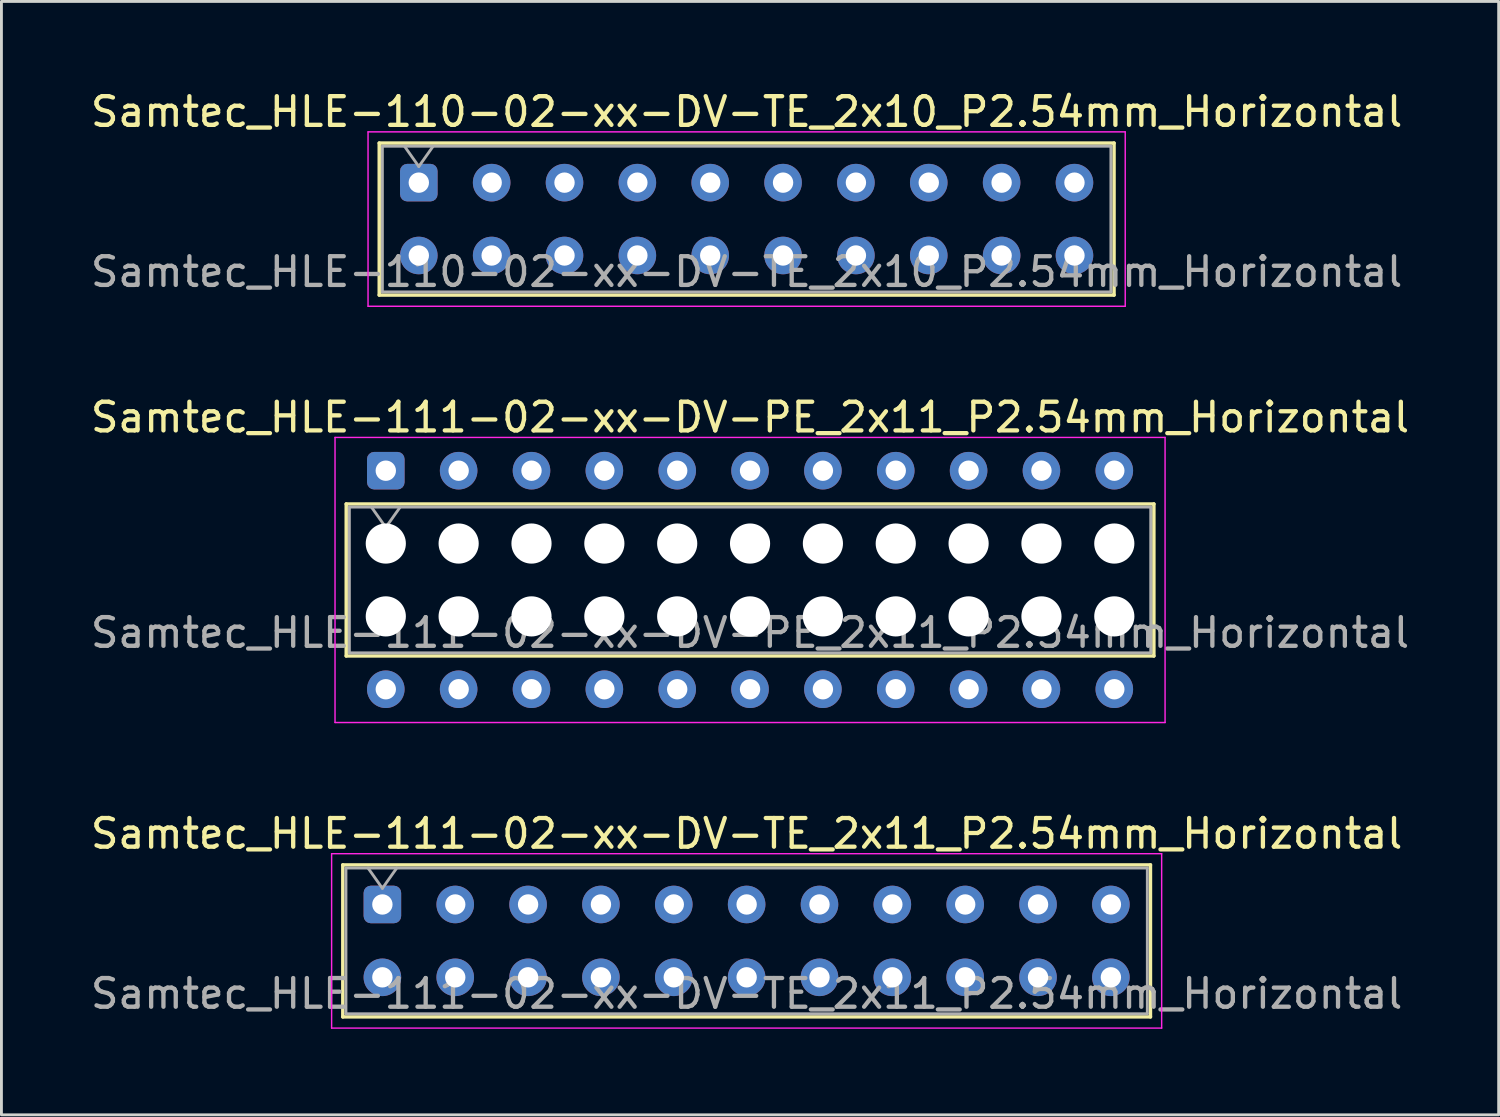
<source format=kicad_pcb>
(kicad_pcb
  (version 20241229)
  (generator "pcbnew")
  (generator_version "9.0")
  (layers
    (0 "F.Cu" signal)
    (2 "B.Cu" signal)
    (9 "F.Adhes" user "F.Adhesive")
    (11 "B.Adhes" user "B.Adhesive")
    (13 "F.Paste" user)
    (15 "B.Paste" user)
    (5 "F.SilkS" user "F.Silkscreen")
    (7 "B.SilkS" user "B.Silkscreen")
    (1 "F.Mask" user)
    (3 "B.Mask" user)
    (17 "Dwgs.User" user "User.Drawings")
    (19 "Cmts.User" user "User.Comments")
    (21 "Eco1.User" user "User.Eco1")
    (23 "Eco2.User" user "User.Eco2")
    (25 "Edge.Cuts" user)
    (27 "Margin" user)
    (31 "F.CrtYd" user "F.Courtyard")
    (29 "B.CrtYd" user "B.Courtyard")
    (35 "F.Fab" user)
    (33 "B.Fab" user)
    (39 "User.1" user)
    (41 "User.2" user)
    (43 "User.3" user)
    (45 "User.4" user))
  (footprint "Samtec_HLE-111-02-xx-DV-TE_2x11_P2.54mm_Horizontal"
    (layer "F.Cu")
    (at 10.282 28.485)
    (property "Reference" "Samtec_HLE-111-02-xx-DV-TE_2x11_P2.54mm_Horizontal" (at 12.7 -2.47 0) (layer "F.SilkS") (effects (font (size 1 1) (thickness 0.15))))
    (attr through_hole)
    (fp_line (start -1.38 -1.38) (end 26.78 -1.38) (stroke (width 0.12) (type solid)) (layer "F.SilkS"))
    (fp_line (start -1.38 3.92) (end -1.38 -1.38) (stroke (width 0.12) (type solid)) (layer "F.SilkS"))
    (fp_line (start 26.78 -1.38) (end 26.78 3.92) (stroke (width 0.12) (type solid)) (layer "F.SilkS"))
    (fp_line (start 26.78 3.92) (end -1.38 3.92) (stroke (width 0.12) (type solid)) (layer "F.SilkS"))
    (fp_line (start -1.77 -1.77) (end 27.17 -1.77) (stroke (width 0.05) (type solid)) (layer "F.CrtYd"))
    (fp_line (start -1.77 4.31) (end -1.77 -1.77) (stroke (width 0.05) (type solid)) (layer "F.CrtYd"))
    (fp_line (start 27.17 -1.77) (end 27.17 4.31) (stroke (width 0.05) (type solid)) (layer "F.CrtYd"))
    (fp_line (start 27.17 4.31) (end -1.77 4.31) (stroke (width 0.05) (type solid)) (layer "F.CrtYd"))
    (fp_line (start -1.27 -1.27) (end 26.67 -1.27) (stroke (width 0.1) (type solid)) (layer "F.Fab"))
    (fp_line (start -1.27 3.81) (end -1.27 -1.27) (stroke (width 0.1) (type solid)) (layer "F.Fab"))
    (fp_line (start -0.5 -1.27) (end 0 -0.563) (stroke (width 0.1) (type solid)) (layer "F.Fab"))
    (fp_line (start 0 -0.563) (end 0.5 -1.27) (stroke (width 0.1) (type solid)) (layer "F.Fab"))
    (fp_line (start 26.67 -1.27) (end 26.67 3.81) (stroke (width 0.1) (type solid)) (layer "F.Fab"))
    (fp_line (start 26.67 3.81) (end -1.27 3.81) (stroke (width 0.1) (type solid)) (layer "F.Fab"))
    (fp_text user "${REFERENCE}" (at 12.7 3.11 0) (layer "F.Fab") (effects (font (size 1 1) (thickness 0.15))))
    (pad "1" thru_hole roundrect (at 0 0) (size 1.31 1.31) (drill 0.71) (layers "*.Cu" "*.Mask") (roundrect_rratio 0.191))
    (pad "2" thru_hole circle (at 0 2.54) (size 1.31 1.31) (drill 0.71) (layers "*.Cu" "*.Mask"))
    (pad "3" thru_hole circle (at 2.54 0) (size 1.31 1.31) (drill 0.71) (layers "*.Cu" "*.Mask"))
    (pad "4" thru_hole circle (at 2.54 2.54) (size 1.31 1.31) (drill 0.71) (layers "*.Cu" "*.Mask"))
    (pad "5" thru_hole circle (at 5.08 0) (size 1.31 1.31) (drill 0.71) (layers "*.Cu" "*.Mask"))
    (pad "6" thru_hole circle (at 5.08 2.54) (size 1.31 1.31) (drill 0.71) (layers "*.Cu" "*.Mask"))
    (pad "7" thru_hole circle (at 7.62 0) (size 1.31 1.31) (drill 0.71) (layers "*.Cu" "*.Mask"))
    (pad "8" thru_hole circle (at 7.62 2.54) (size 1.31 1.31) (drill 0.71) (layers "*.Cu" "*.Mask"))
    (pad "9" thru_hole circle (at 10.16 0) (size 1.31 1.31) (drill 0.71) (layers "*.Cu" "*.Mask"))
    (pad "10" thru_hole circle (at 10.16 2.54) (size 1.31 1.31) (drill 0.71) (layers "*.Cu" "*.Mask"))
    (pad "11" thru_hole circle (at 12.7 0) (size 1.31 1.31) (drill 0.71) (layers "*.Cu" "*.Mask"))
    (pad "12" thru_hole circle (at 12.7 2.54) (size 1.31 1.31) (drill 0.71) (layers "*.Cu" "*.Mask"))
    (pad "13" thru_hole circle (at 15.24 0) (size 1.31 1.31) (drill 0.71) (layers "*.Cu" "*.Mask"))
    (pad "14" thru_hole circle (at 15.24 2.54) (size 1.31 1.31) (drill 0.71) (layers "*.Cu" "*.Mask"))
    (pad "15" thru_hole circle (at 17.78 0) (size 1.31 1.31) (drill 0.71) (layers "*.Cu" "*.Mask"))
    (pad "16" thru_hole circle (at 17.78 2.54) (size 1.31 1.31) (drill 0.71) (layers "*.Cu" "*.Mask"))
    (pad "17" thru_hole circle (at 20.32 0) (size 1.31 1.31) (drill 0.71) (layers "*.Cu" "*.Mask"))
    (pad "18" thru_hole circle (at 20.32 2.54) (size 1.31 1.31) (drill 0.71) (layers "*.Cu" "*.Mask"))
    (pad "19" thru_hole circle (at 22.86 0) (size 1.31 1.31) (drill 0.71) (layers "*.Cu" "*.Mask"))
    (pad "20" thru_hole circle (at 22.86 2.54) (size 1.31 1.31) (drill 0.71) (layers "*.Cu" "*.Mask"))
    (pad "21" thru_hole circle (at 25.4 0) (size 1.31 1.31) (drill 0.71) (layers "*.Cu" "*.Mask"))
    (pad "22" thru_hole circle (at 25.4 2.54) (size 1.31 1.31) (drill 0.71) (layers "*.Cu" "*.Mask")))
  (footprint "Samtec_HLE-110-02-xx-DV-TE_2x10_P2.54mm_Horizontal"
    (layer "F.Cu")
    (at 11.552 3.318)
    (property "Reference" "Samtec_HLE-110-02-xx-DV-TE_2x10_P2.54mm_Horizontal" (at 11.43 -2.47 0) (layer "F.SilkS") (effects (font (size 1 1) (thickness 0.15))))
    (attr through_hole)
    (fp_line (start -1.38 -1.38) (end 24.24 -1.38) (stroke (width 0.12) (type solid)) (layer "F.SilkS"))
    (fp_line (start -1.38 3.92) (end -1.38 -1.38) (stroke (width 0.12) (type solid)) (layer "F.SilkS"))
    (fp_line (start 24.24 -1.38) (end 24.24 3.92) (stroke (width 0.12) (type solid)) (layer "F.SilkS"))
    (fp_line (start 24.24 3.92) (end -1.38 3.92) (stroke (width 0.12) (type solid)) (layer "F.SilkS"))
    (fp_line (start -1.77 -1.77) (end 24.63 -1.77) (stroke (width 0.05) (type solid)) (layer "F.CrtYd"))
    (fp_line (start -1.77 4.31) (end -1.77 -1.77) (stroke (width 0.05) (type solid)) (layer "F.CrtYd"))
    (fp_line (start 24.63 -1.77) (end 24.63 4.31) (stroke (width 0.05) (type solid)) (layer "F.CrtYd"))
    (fp_line (start 24.63 4.31) (end -1.77 4.31) (stroke (width 0.05) (type solid)) (layer "F.CrtYd"))
    (fp_line (start -1.27 -1.27) (end 24.13 -1.27) (stroke (width 0.1) (type solid)) (layer "F.Fab"))
    (fp_line (start -1.27 3.81) (end -1.27 -1.27) (stroke (width 0.1) (type solid)) (layer "F.Fab"))
    (fp_line (start -0.5 -1.27) (end 0 -0.563) (stroke (width 0.1) (type solid)) (layer "F.Fab"))
    (fp_line (start 0 -0.563) (end 0.5 -1.27) (stroke (width 0.1) (type solid)) (layer "F.Fab"))
    (fp_line (start 24.13 -1.27) (end 24.13 3.81) (stroke (width 0.1) (type solid)) (layer "F.Fab"))
    (fp_line (start 24.13 3.81) (end -1.27 3.81) (stroke (width 0.1) (type solid)) (layer "F.Fab"))
    (fp_text user "${REFERENCE}" (at 11.43 3.11 0) (layer "F.Fab") (effects (font (size 1 1) (thickness 0.15))))
    (pad "1" thru_hole roundrect (at 0 0) (size 1.31 1.31) (drill 0.71) (layers "*.Cu" "*.Mask") (roundrect_rratio 0.191))
    (pad "2" thru_hole circle (at 0 2.54) (size 1.31 1.31) (drill 0.71) (layers "*.Cu" "*.Mask"))
    (pad "3" thru_hole circle (at 2.54 0) (size 1.31 1.31) (drill 0.71) (layers "*.Cu" "*.Mask"))
    (pad "4" thru_hole circle (at 2.54 2.54) (size 1.31 1.31) (drill 0.71) (layers "*.Cu" "*.Mask"))
    (pad "5" thru_hole circle (at 5.08 0) (size 1.31 1.31) (drill 0.71) (layers "*.Cu" "*.Mask"))
    (pad "6" thru_hole circle (at 5.08 2.54) (size 1.31 1.31) (drill 0.71) (layers "*.Cu" "*.Mask"))
    (pad "7" thru_hole circle (at 7.62 0) (size 1.31 1.31) (drill 0.71) (layers "*.Cu" "*.Mask"))
    (pad "8" thru_hole circle (at 7.62 2.54) (size 1.31 1.31) (drill 0.71) (layers "*.Cu" "*.Mask"))
    (pad "9" thru_hole circle (at 10.16 0) (size 1.31 1.31) (drill 0.71) (layers "*.Cu" "*.Mask"))
    (pad "10" thru_hole circle (at 10.16 2.54) (size 1.31 1.31) (drill 0.71) (layers "*.Cu" "*.Mask"))
    (pad "11" thru_hole circle (at 12.7 0) (size 1.31 1.31) (drill 0.71) (layers "*.Cu" "*.Mask"))
    (pad "12" thru_hole circle (at 12.7 2.54) (size 1.31 1.31) (drill 0.71) (layers "*.Cu" "*.Mask"))
    (pad "13" thru_hole circle (at 15.24 0) (size 1.31 1.31) (drill 0.71) (layers "*.Cu" "*.Mask"))
    (pad "14" thru_hole circle (at 15.24 2.54) (size 1.31 1.31) (drill 0.71) (layers "*.Cu" "*.Mask"))
    (pad "15" thru_hole circle (at 17.78 0) (size 1.31 1.31) (drill 0.71) (layers "*.Cu" "*.Mask"))
    (pad "16" thru_hole circle (at 17.78 2.54) (size 1.31 1.31) (drill 0.71) (layers "*.Cu" "*.Mask"))
    (pad "17" thru_hole circle (at 20.32 0) (size 1.31 1.31) (drill 0.71) (layers "*.Cu" "*.Mask"))
    (pad "18" thru_hole circle (at 20.32 2.54) (size 1.31 1.31) (drill 0.71) (layers "*.Cu" "*.Mask"))
    (pad "19" thru_hole circle (at 22.86 0) (size 1.31 1.31) (drill 0.71) (layers "*.Cu" "*.Mask"))
    (pad "20" thru_hole circle (at 22.86 2.54) (size 1.31 1.31) (drill 0.71) (layers "*.Cu" "*.Mask")))
  (footprint "Samtec_HLE-111-02-xx-DV-PE_2x11_P2.54mm_Horizontal"
    (layer "F.Cu")
    (at 10.401 13.361)
    (property "Reference" "Samtec_HLE-111-02-xx-DV-PE_2x11_P2.54mm_Horizontal" (at 12.7 -1.86 0) (layer "F.SilkS") (effects (font (size 1 1) (thickness 0.15))))
    (attr through_hole)
    (fp_line (start -1.38 1.16) (end 26.78 1.16) (stroke (width 0.12) (type solid)) (layer "F.SilkS"))
    (fp_line (start -1.38 6.46) (end -1.38 1.16) (stroke (width 0.12) (type solid)) (layer "F.SilkS"))
    (fp_line (start 26.78 1.16) (end 26.78 6.46) (stroke (width 0.12) (type solid)) (layer "F.SilkS"))
    (fp_line (start 26.78 6.46) (end -1.38 6.46) (stroke (width 0.12) (type solid)) (layer "F.SilkS"))
    (fp_line (start -1.77 -1.16) (end 27.17 -1.16) (stroke (width 0.05) (type solid)) (layer "F.CrtYd"))
    (fp_line (start -1.77 8.78) (end -1.77 -1.16) (stroke (width 0.05) (type solid)) (layer "F.CrtYd"))
    (fp_line (start 27.17 -1.16) (end 27.17 8.78) (stroke (width 0.05) (type solid)) (layer "F.CrtYd"))
    (fp_line (start 27.17 8.78) (end -1.77 8.78) (stroke (width 0.05) (type solid)) (layer "F.CrtYd"))
    (fp_line (start -1.27 1.27) (end 26.67 1.27) (stroke (width 0.1) (type solid)) (layer "F.Fab"))
    (fp_line (start -1.27 6.35) (end -1.27 1.27) (stroke (width 0.1) (type solid)) (layer "F.Fab"))
    (fp_line (start -0.5 1.27) (end 0 1.977) (stroke (width 0.1) (type solid)) (layer "F.Fab"))
    (fp_line (start 0 1.977) (end 0.5 1.27) (stroke (width 0.1) (type solid)) (layer "F.Fab"))
    (fp_line (start 26.67 1.27) (end 26.67 6.35) (stroke (width 0.1) (type solid)) (layer "F.Fab"))
    (fp_line (start 26.67 6.35) (end -1.27 6.35) (stroke (width 0.1) (type solid)) (layer "F.Fab"))
    (fp_text user "${REFERENCE}" (at 12.7 5.65 0) (layer "F.Fab") (effects (font (size 1 1) (thickness 0.15))))
    (pad "" np_thru_hole circle (at 0 2.54) (size 1.4 1.4) (drill 1.4) (layers "*.Cu" "*.Mask"))
    (pad "" np_thru_hole circle (at 0 5.08) (size 1.4 1.4) (drill 1.4) (layers "*.Cu" "*.Mask"))
    (pad "" np_thru_hole circle (at 2.54 2.54) (size 1.4 1.4) (drill 1.4) (layers "*.Cu" "*.Mask"))
    (pad "" np_thru_hole circle (at 2.54 5.08) (size 1.4 1.4) (drill 1.4) (layers "*.Cu" "*.Mask"))
    (pad "" np_thru_hole circle (at 5.08 2.54) (size 1.4 1.4) (drill 1.4) (layers "*.Cu" "*.Mask"))
    (pad "" np_thru_hole circle (at 5.08 5.08) (size 1.4 1.4) (drill 1.4) (layers "*.Cu" "*.Mask"))
    (pad "" np_thru_hole circle (at 7.62 2.54) (size 1.4 1.4) (drill 1.4) (layers "*.Cu" "*.Mask"))
    (pad "" np_thru_hole circle (at 7.62 5.08) (size 1.4 1.4) (drill 1.4) (layers "*.Cu" "*.Mask"))
    (pad "" np_thru_hole circle (at 10.16 2.54) (size 1.4 1.4) (drill 1.4) (layers "*.Cu" "*.Mask"))
    (pad "" np_thru_hole circle (at 10.16 5.08) (size 1.4 1.4) (drill 1.4) (layers "*.Cu" "*.Mask"))
    (pad "" np_thru_hole circle (at 12.7 2.54) (size 1.4 1.4) (drill 1.4) (layers "*.Cu" "*.Mask"))
    (pad "" np_thru_hole circle (at 12.7 5.08) (size 1.4 1.4) (drill 1.4) (layers "*.Cu" "*.Mask"))
    (pad "" np_thru_hole circle (at 15.24 2.54) (size 1.4 1.4) (drill 1.4) (layers "*.Cu" "*.Mask"))
    (pad "" np_thru_hole circle (at 15.24 5.08) (size 1.4 1.4) (drill 1.4) (layers "*.Cu" "*.Mask"))
    (pad "" np_thru_hole circle (at 17.78 2.54) (size 1.4 1.4) (drill 1.4) (layers "*.Cu" "*.Mask"))
    (pad "" np_thru_hole circle (at 17.78 5.08) (size 1.4 1.4) (drill 1.4) (layers "*.Cu" "*.Mask"))
    (pad "" np_thru_hole circle (at 20.32 2.54) (size 1.4 1.4) (drill 1.4) (layers "*.Cu" "*.Mask"))
    (pad "" np_thru_hole circle (at 20.32 5.08) (size 1.4 1.4) (drill 1.4) (layers "*.Cu" "*.Mask"))
    (pad "" np_thru_hole circle (at 22.86 2.54) (size 1.4 1.4) (drill 1.4) (layers "*.Cu" "*.Mask"))
    (pad "" np_thru_hole circle (at 22.86 5.08) (size 1.4 1.4) (drill 1.4) (layers "*.Cu" "*.Mask"))
    (pad "" np_thru_hole circle (at 25.4 2.54) (size 1.4 1.4) (drill 1.4) (layers "*.Cu" "*.Mask"))
    (pad "" np_thru_hole circle (at 25.4 5.08) (size 1.4 1.4) (drill 1.4) (layers "*.Cu" "*.Mask"))
    (pad "1" thru_hole roundrect (at 0 0) (size 1.31 1.31) (drill 0.71) (layers "*.Cu" "*.Mask") (roundrect_rratio 0.191))
    (pad "2" thru_hole circle (at 0 7.62) (size 1.31 1.31) (drill 0.71) (layers "*.Cu" "*.Mask"))
    (pad "3" thru_hole circle (at 2.54 0) (size 1.31 1.31) (drill 0.71) (layers "*.Cu" "*.Mask"))
    (pad "4" thru_hole circle (at 2.54 7.62) (size 1.31 1.31) (drill 0.71) (layers "*.Cu" "*.Mask"))
    (pad "5" thru_hole circle (at 5.08 0) (size 1.31 1.31) (drill 0.71) (layers "*.Cu" "*.Mask"))
    (pad "6" thru_hole circle (at 5.08 7.62) (size 1.31 1.31) (drill 0.71) (layers "*.Cu" "*.Mask"))
    (pad "7" thru_hole circle (at 7.62 0) (size 1.31 1.31) (drill 0.71) (layers "*.Cu" "*.Mask"))
    (pad "8" thru_hole circle (at 7.62 7.62) (size 1.31 1.31) (drill 0.71) (layers "*.Cu" "*.Mask"))
    (pad "9" thru_hole circle (at 10.16 0) (size 1.31 1.31) (drill 0.71) (layers "*.Cu" "*.Mask"))
    (pad "10" thru_hole circle (at 10.16 7.62) (size 1.31 1.31) (drill 0.71) (layers "*.Cu" "*.Mask"))
    (pad "11" thru_hole circle (at 12.7 0) (size 1.31 1.31) (drill 0.71) (layers "*.Cu" "*.Mask"))
    (pad "12" thru_hole circle (at 12.7 7.62) (size 1.31 1.31) (drill 0.71) (layers "*.Cu" "*.Mask"))
    (pad "13" thru_hole circle (at 15.24 0) (size 1.31 1.31) (drill 0.71) (layers "*.Cu" "*.Mask"))
    (pad "14" thru_hole circle (at 15.24 7.62) (size 1.31 1.31) (drill 0.71) (layers "*.Cu" "*.Mask"))
    (pad "15" thru_hole circle (at 17.78 0) (size 1.31 1.31) (drill 0.71) (layers "*.Cu" "*.Mask"))
    (pad "16" thru_hole circle (at 17.78 7.62) (size 1.31 1.31) (drill 0.71) (layers "*.Cu" "*.Mask"))
    (pad "17" thru_hole circle (at 20.32 0) (size 1.31 1.31) (drill 0.71) (layers "*.Cu" "*.Mask"))
    (pad "18" thru_hole circle (at 20.32 7.62) (size 1.31 1.31) (drill 0.71) (layers "*.Cu" "*.Mask"))
    (pad "19" thru_hole circle (at 22.86 0) (size 1.31 1.31) (drill 0.71) (layers "*.Cu" "*.Mask"))
    (pad "20" thru_hole circle (at 22.86 7.62) (size 1.31 1.31) (drill 0.71) (layers "*.Cu" "*.Mask"))
    (pad "21" thru_hole circle (at 25.4 0) (size 1.31 1.31) (drill 0.71) (layers "*.Cu" "*.Mask"))
    (pad "22" thru_hole circle (at 25.4 7.62) (size 1.31 1.31) (drill 0.71) (layers "*.Cu" "*.Mask")))
  (gr_rect
    (start -3 -3)
    (end 49.202 35.82)
    (stroke (width 0.1) (type default))
    (fill no)
    (layer "Edge.Cuts")))
</source>
